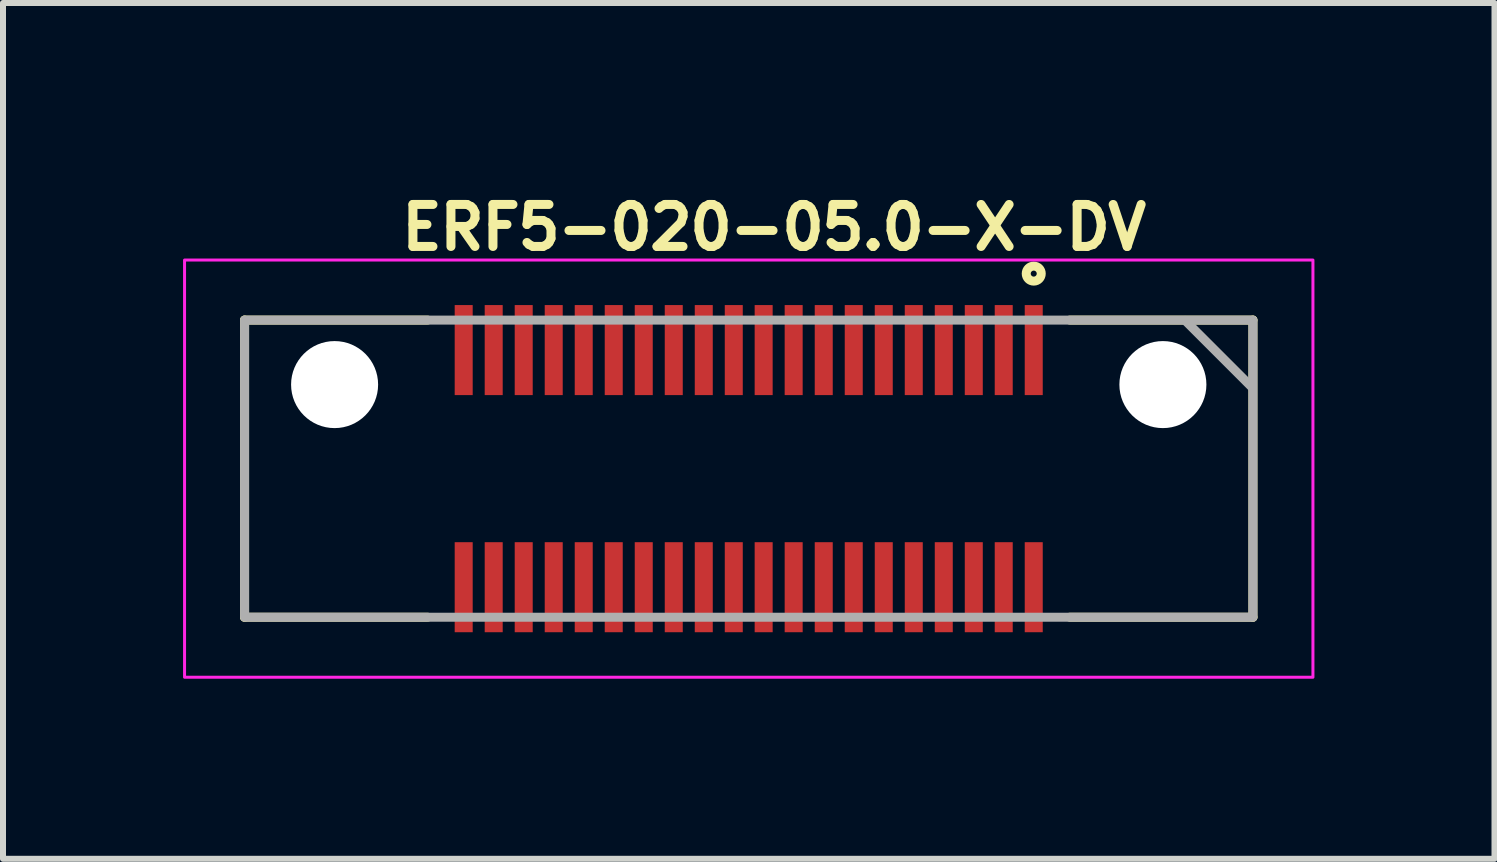
<source format=kicad_pcb>
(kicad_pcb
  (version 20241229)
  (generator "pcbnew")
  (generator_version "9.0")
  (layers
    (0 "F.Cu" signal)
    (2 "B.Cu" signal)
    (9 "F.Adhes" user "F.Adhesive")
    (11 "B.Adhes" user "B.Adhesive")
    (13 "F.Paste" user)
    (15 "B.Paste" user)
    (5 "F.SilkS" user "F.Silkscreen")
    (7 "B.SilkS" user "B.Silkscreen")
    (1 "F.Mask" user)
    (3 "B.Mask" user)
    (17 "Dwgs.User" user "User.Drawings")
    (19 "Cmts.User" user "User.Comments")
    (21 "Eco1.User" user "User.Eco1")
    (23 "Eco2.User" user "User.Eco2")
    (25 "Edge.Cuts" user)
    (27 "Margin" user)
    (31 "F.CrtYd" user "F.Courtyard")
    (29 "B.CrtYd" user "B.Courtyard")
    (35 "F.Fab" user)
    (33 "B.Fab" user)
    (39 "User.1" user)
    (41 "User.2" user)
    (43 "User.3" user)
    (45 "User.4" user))
  (footprint "ERF5-020-05.0-X-DV"
    (layer "F.Cu")
    (at 9.426 4.759)
    (property "Reference" "ERF5-020-05.0-X-DV" (at -5.861 -3.609 0) (layer "F.SilkS") (effects (font (size 0.7 0.7) (thickness 0.15)) (justify left bottom)))
    (attr smd)
    (fp_line (start -8.401 -2.476) (end -5.351 -2.476) (stroke (width 0.15) (type solid)) (layer "F.SilkS"))
    (fp_line (start -8.401 2.475) (end -8.401 -2.476) (stroke (width 0.15) (type solid)) (layer "F.SilkS"))
    (fp_line (start -5.351 2.475) (end -8.401 2.475) (stroke (width 0.15) (type solid)) (layer "F.SilkS"))
    (fp_line (start 5.349 -2.476) (end 8.4 -2.476) (stroke (width 0.15) (type solid)) (layer "F.SilkS"))
    (fp_line (start 8.4 -2.476) (end 8.4 2.475) (stroke (width 0.15) (type solid)) (layer "F.SilkS"))
    (fp_line (start 8.4 2.475) (end 5.349 2.475) (stroke (width 0.15) (type solid)) (layer "F.SilkS"))
    (fp_circle (center 4.748 -3.25) (end 4.798 -3.25) (stroke (width 0.15) (type solid)) (fill no) (layer "F.SilkS"))
    (fp_poly (pts (xy -4.877 -2.726) (xy -4.624 -2.726) (xy -4.624 -1.226) (xy -4.877 -1.226)) (stroke (width 0.01) (type solid)) (fill yes) (layer "F.Paste"))
    (fp_poly (pts (xy -4.877 1.225) (xy -4.624 1.225) (xy -4.624 2.725) (xy -4.877 2.725)) (stroke (width 0.01) (type solid)) (fill yes) (layer "F.Paste"))
    (fp_poly (pts (xy -4.377 -2.726) (xy -4.124 -2.726) (xy -4.124 -1.226) (xy -4.377 -1.226)) (stroke (width 0.01) (type solid)) (fill yes) (layer "F.Paste"))
    (fp_poly (pts (xy -4.377 1.225) (xy -4.124 1.225) (xy -4.124 2.725) (xy -4.377 2.725)) (stroke (width 0.01) (type solid)) (fill yes) (layer "F.Paste"))
    (fp_poly (pts (xy -3.878 -2.726) (xy -3.625 -2.726) (xy -3.625 -1.226) (xy -3.878 -1.226)) (stroke (width 0.01) (type solid)) (fill yes) (layer "F.Paste"))
    (fp_poly (pts (xy -3.878 1.225) (xy -3.625 1.225) (xy -3.625 2.725) (xy -3.878 2.725)) (stroke (width 0.01) (type solid)) (fill yes) (layer "F.Paste"))
    (fp_poly (pts (xy -3.378 -2.726) (xy -3.125 -2.726) (xy -3.125 -1.226) (xy -3.378 -1.226)) (stroke (width 0.01) (type solid)) (fill yes) (layer "F.Paste"))
    (fp_poly (pts (xy -3.378 1.225) (xy -3.125 1.225) (xy -3.125 2.725) (xy -3.378 2.725)) (stroke (width 0.01) (type solid)) (fill yes) (layer "F.Paste"))
    (fp_poly (pts (xy -2.878 -2.726) (xy -2.625 -2.726) (xy -2.625 -1.226) (xy -2.878 -1.226)) (stroke (width 0.01) (type solid)) (fill yes) (layer "F.Paste"))
    (fp_poly (pts (xy -2.878 1.225) (xy -2.625 1.225) (xy -2.625 2.725) (xy -2.878 2.725)) (stroke (width 0.01) (type solid)) (fill yes) (layer "F.Paste"))
    (fp_poly (pts (xy -2.378 -2.726) (xy -2.125 -2.726) (xy -2.125 -1.226) (xy -2.378 -1.226)) (stroke (width 0.01) (type solid)) (fill yes) (layer "F.Paste"))
    (fp_poly (pts (xy -2.378 1.225) (xy -2.125 1.225) (xy -2.125 2.725) (xy -2.378 2.725)) (stroke (width 0.01) (type solid)) (fill yes) (layer "F.Paste"))
    (fp_poly (pts (xy -1.877 -2.726) (xy -1.623 -2.726) (xy -1.623 -1.226) (xy -1.877 -1.226)) (stroke (width 0.01) (type solid)) (fill yes) (layer "F.Paste"))
    (fp_poly (pts (xy -1.877 1.225) (xy -1.623 1.225) (xy -1.623 2.725) (xy -1.877 2.725)) (stroke (width 0.01) (type solid)) (fill yes) (layer "F.Paste"))
    (fp_poly (pts (xy -1.377 -2.726) (xy -1.123 -2.726) (xy -1.123 -1.226) (xy -1.377 -1.226)) (stroke (width 0.01) (type solid)) (fill yes) (layer "F.Paste"))
    (fp_poly (pts (xy -1.377 1.225) (xy -1.123 1.225) (xy -1.123 2.725) (xy -1.377 2.725)) (stroke (width 0.01) (type solid)) (fill yes) (layer "F.Paste"))
    (fp_poly (pts (xy -0.877 -2.726) (xy -0.623 -2.726) (xy -0.623 -1.226) (xy -0.877 -1.226)) (stroke (width 0.01) (type solid)) (fill yes) (layer "F.Paste"))
    (fp_poly (pts (xy -0.877 1.225) (xy -0.623 1.225) (xy -0.623 2.725) (xy -0.877 2.725)) (stroke (width 0.01) (type solid)) (fill yes) (layer "F.Paste"))
    (fp_poly (pts (xy -0.377 -2.726) (xy -0.123 -2.726) (xy -0.123 -1.226) (xy -0.377 -1.226)) (stroke (width 0.01) (type solid)) (fill yes) (layer "F.Paste"))
    (fp_poly (pts (xy -0.377 1.225) (xy -0.123 1.225) (xy -0.123 2.725) (xy -0.377 2.725)) (stroke (width 0.01) (type solid)) (fill yes) (layer "F.Paste"))
    (fp_poly (pts (xy 0.121 -2.726) (xy 0.375 -2.726) (xy 0.375 -1.226) (xy 0.121 -1.226)) (stroke (width 0.01) (type solid)) (fill yes) (layer "F.Paste"))
    (fp_poly (pts (xy 0.121 1.225) (xy 0.375 1.225) (xy 0.375 2.725) (xy 0.121 2.725)) (stroke (width 0.01) (type solid)) (fill yes) (layer "F.Paste"))
    (fp_poly (pts (xy 0.621 -2.726) (xy 0.875 -2.726) (xy 0.875 -1.226) (xy 0.621 -1.226)) (stroke (width 0.01) (type solid)) (fill yes) (layer "F.Paste"))
    (fp_poly (pts (xy 0.621 1.225) (xy 0.875 1.225) (xy 0.875 2.725) (xy 0.621 2.725)) (stroke (width 0.01) (type solid)) (fill yes) (layer "F.Paste"))
    (fp_poly (pts (xy 1.122 -2.726) (xy 1.376 -2.726) (xy 1.376 -1.226) (xy 1.122 -1.226)) (stroke (width 0.01) (type solid)) (fill yes) (layer "F.Paste"))
    (fp_poly (pts (xy 1.122 1.225) (xy 1.376 1.225) (xy 1.376 2.725) (xy 1.122 2.725)) (stroke (width 0.01) (type solid)) (fill yes) (layer "F.Paste"))
    (fp_poly (pts (xy 1.622 -2.726) (xy 1.876 -2.726) (xy 1.876 -1.226) (xy 1.622 -1.226)) (stroke (width 0.01) (type solid)) (fill yes) (layer "F.Paste"))
    (fp_poly (pts (xy 1.622 1.225) (xy 1.876 1.225) (xy 1.876 2.725) (xy 1.622 2.725)) (stroke (width 0.01) (type solid)) (fill yes) (layer "F.Paste"))
    (fp_poly (pts (xy 2.123 -2.726) (xy 2.375 -2.726) (xy 2.375 -1.226) (xy 2.123 -1.226)) (stroke (width 0.01) (type solid)) (fill yes) (layer "F.Paste"))
    (fp_poly (pts (xy 2.123 1.225) (xy 2.375 1.225) (xy 2.375 2.725) (xy 2.123 2.725)) (stroke (width 0.01) (type solid)) (fill yes) (layer "F.Paste"))
    (fp_poly (pts (xy 2.623 -2.726) (xy 2.875 -2.726) (xy 2.875 -1.226) (xy 2.623 -1.226)) (stroke (width 0.01) (type solid)) (fill yes) (layer "F.Paste"))
    (fp_poly (pts (xy 2.623 1.225) (xy 2.875 1.225) (xy 2.875 2.725) (xy 2.623 2.725)) (stroke (width 0.01) (type solid)) (fill yes) (layer "F.Paste"))
    (fp_poly (pts (xy 3.123 -2.726) (xy 3.375 -2.726) (xy 3.375 -1.226) (xy 3.123 -1.226)) (stroke (width 0.01) (type solid)) (fill yes) (layer "F.Paste"))
    (fp_poly (pts (xy 3.123 1.225) (xy 3.375 1.225) (xy 3.375 2.725) (xy 3.123 2.725)) (stroke (width 0.01) (type solid)) (fill yes) (layer "F.Paste"))
    (fp_poly (pts (xy 3.623 -2.726) (xy 3.875 -2.726) (xy 3.875 -1.226) (xy 3.623 -1.226)) (stroke (width 0.01) (type solid)) (fill yes) (layer "F.Paste"))
    (fp_poly (pts (xy 3.623 1.225) (xy 3.875 1.225) (xy 3.875 2.725) (xy 3.623 2.725)) (stroke (width 0.01) (type solid)) (fill yes) (layer "F.Paste"))
    (fp_poly (pts (xy 4.123 -2.726) (xy 4.376 -2.726) (xy 4.376 -1.226) (xy 4.123 -1.226)) (stroke (width 0.01) (type solid)) (fill yes) (layer "F.Paste"))
    (fp_poly (pts (xy 4.123 1.225) (xy 4.376 1.225) (xy 4.376 2.725) (xy 4.123 2.725)) (stroke (width 0.01) (type solid)) (fill yes) (layer "F.Paste"))
    (fp_poly (pts (xy 4.623 -2.726) (xy 4.876 -2.726) (xy 4.876 -1.226) (xy 4.623 -1.226)) (stroke (width 0.01) (type solid)) (fill yes) (layer "F.Paste"))
    (fp_poly (pts (xy 4.623 1.225) (xy 4.876 1.225) (xy 4.876 2.725) (xy 4.623 2.725)) (stroke (width 0.01) (type solid)) (fill yes) (layer "F.Paste"))
    (fp_rect (start -9.401 -3.476) (end 9.4 3.475) (stroke (width 0.05) (type solid)) (fill no) (layer "F.CrtYd"))
    (fp_line (start 8.39 -1.35) (end 7.27 -2.47) (stroke (width 0.15) (type solid)) (layer "F.Fab"))
    (fp_rect (start -8.401 -2.476) (end 8.4 2.475) (stroke (width 0.15) (type solid)) (fill no) (layer "F.Fab"))
    (fp_rect (start -8.401 -2.476) (end 8.4 2.475) (stroke (width 0.1) (type solid)) (fill no) (layer "User.5"))
    (fp_line (start -8.401 -2.476) (end -8.401 -2.375) (stroke (width 0.02) (type solid)) (layer "User.9"))
    (fp_line (start -8.401 -2.375) (end -8.401 2.374) (stroke (width 0.02) (type solid)) (layer "User.9"))
    (fp_line (start -8.401 2.374) (end -8.401 2.475) (stroke (width 0.02) (type solid)) (layer "User.9"))
    (fp_line (start -8.401 2.374) (end 8.4 2.374) (stroke (width 0.02) (type solid)) (layer "User.9"))
    (fp_line (start -8.401 2.475) (end 8.4 2.475) (stroke (width 0.02) (type solid)) (layer "User.9"))
    (fp_line (start -7.561 -1.405) (end -7.561 1.404) (stroke (width 0.02) (type solid)) (layer "User.9"))
    (fp_line (start -7.561 0.2) (end -7.16 0.2) (stroke (width 0.02) (type solid)) (layer "User.9"))
    (fp_line (start -7.561 1.404) (end -4.827 1.404) (stroke (width 0.02) (type solid)) (layer "User.9"))
    (fp_line (start -7.16 -0.202) (end -7.561 -0.202) (stroke (width 0.02) (type solid)) (layer "User.9"))
    (fp_line (start -7.16 0.2) (end -7.16 -0.202) (stroke (width 0.02) (type solid)) (layer "User.9"))
    (fp_line (start -5.21 1.404) (end -5.21 -1.405) (stroke (width 0.02) (type solid)) (layer "User.9"))
    (fp_line (start -4.827 -2.169) (end -4.675 -2.169) (stroke (width 0.02) (type solid)) (layer "User.9"))
    (fp_line (start -4.827 -1.905) (end -4.675 -1.905) (stroke (width 0.02) (type solid)) (layer "User.9"))
    (fp_line (start -4.827 -1.692) (end -4.675 -1.692) (stroke (width 0.02) (type solid)) (layer "User.9"))
    (fp_line (start -4.827 -1.605) (end -4.675 -1.605) (stroke (width 0.02) (type solid)) (layer "User.9"))
    (fp_line (start -4.827 -1.405) (end -7.561 -1.405) (stroke (width 0.02) (type solid)) (layer "User.9"))
    (fp_line (start -4.827 -1.405) (end -4.827 -2.169) (stroke (width 0.02) (type solid)) (layer "User.9"))
    (fp_line (start -4.827 -0.946) (end -4.827 -1.405) (stroke (width 0.02) (type solid)) (layer "User.9"))
    (fp_line (start -4.827 -0.946) (end -4.675 -0.946) (stroke (width 0.02) (type solid)) (layer "User.9"))
    (fp_line (start -4.827 0.944) (end -4.675 0.944) (stroke (width 0.02) (type solid)) (layer "User.9"))
    (fp_line (start -4.827 1.404) (end -4.827 0.944) (stroke (width 0.02) (type solid)) (layer "User.9"))
    (fp_line (start -4.827 1.604) (end -4.675 1.604) (stroke (width 0.02) (type solid)) (layer "User.9"))
    (fp_line (start -4.827 1.691) (end -4.675 1.691) (stroke (width 0.02) (type solid)) (layer "User.9"))
    (fp_line (start -4.827 1.904) (end -4.675 1.904) (stroke (width 0.02) (type solid)) (layer "User.9"))
    (fp_line (start -4.827 2.167) (end -4.827 1.404) (stroke (width 0.02) (type solid)) (layer "User.9"))
    (fp_line (start -4.827 2.167) (end -4.675 2.167) (stroke (width 0.02) (type solid)) (layer "User.9"))
    (fp_line (start -4.675 -1.405) (end -4.675 -2.169) (stroke (width 0.02) (type solid)) (layer "User.9"))
    (fp_line (start -4.675 -1.405) (end -4.675 -0.946) (stroke (width 0.02) (type solid)) (layer "User.9"))
    (fp_line (start -4.675 1.404) (end -4.675 0.944) (stroke (width 0.02) (type solid)) (layer "User.9"))
    (fp_line (start -4.675 1.404) (end -4.327 1.404) (stroke (width 0.02) (type solid)) (layer "User.9"))
    (fp_line (start -4.675 2.167) (end -4.675 1.404) (stroke (width 0.02) (type solid)) (layer "User.9"))
    (fp_line (start -4.327 -2.169) (end -4.175 -2.169) (stroke (width 0.02) (type solid)) (layer "User.9"))
    (fp_line (start -4.327 -1.905) (end -4.175 -1.905) (stroke (width 0.02) (type solid)) (layer "User.9"))
    (fp_line (start -4.327 -1.692) (end -4.175 -1.692) (stroke (width 0.02) (type solid)) (layer "User.9"))
    (fp_line (start -4.327 -1.605) (end -4.175 -1.605) (stroke (width 0.02) (type solid)) (layer "User.9"))
    (fp_line (start -4.327 -1.405) (end -4.675 -1.405) (stroke (width 0.02) (type solid)) (layer "User.9"))
    (fp_line (start -4.327 -1.405) (end -4.327 -2.169) (stroke (width 0.02) (type solid)) (layer "User.9"))
    (fp_line (start -4.327 -0.946) (end -4.327 -1.405) (stroke (width 0.02) (type solid)) (layer "User.9"))
    (fp_line (start -4.327 -0.946) (end -4.175 -0.946) (stroke (width 0.02) (type solid)) (layer "User.9"))
    (fp_line (start -4.327 0.944) (end -4.327 1.404) (stroke (width 0.02) (type solid)) (layer "User.9"))
    (fp_line (start -4.327 0.944) (end -4.175 0.944) (stroke (width 0.02) (type solid)) (layer "User.9"))
    (fp_line (start -4.327 1.604) (end -4.175 1.604) (stroke (width 0.02) (type solid)) (layer "User.9"))
    (fp_line (start -4.327 1.691) (end -4.175 1.691) (stroke (width 0.02) (type solid)) (layer "User.9"))
    (fp_line (start -4.327 1.904) (end -4.175 1.904) (stroke (width 0.02) (type solid)) (layer "User.9"))
    (fp_line (start -4.327 2.167) (end -4.327 1.404) (stroke (width 0.02) (type solid)) (layer "User.9"))
    (fp_line (start -4.327 2.167) (end -4.175 2.167) (stroke (width 0.02) (type solid)) (layer "User.9"))
    (fp_line (start -4.175 -1.405) (end -4.175 -2.169) (stroke (width 0.02) (type solid)) (layer "User.9"))
    (fp_line (start -4.175 -1.405) (end -4.175 -0.946) (stroke (width 0.02) (type solid)) (layer "User.9"))
    (fp_line (start -4.175 1.404) (end -4.175 0.944) (stroke (width 0.02) (type solid)) (layer "User.9"))
    (fp_line (start -4.175 1.404) (end -3.826 1.404) (stroke (width 0.02) (type solid)) (layer "User.9"))
    (fp_line (start -4.175 2.167) (end -4.175 1.404) (stroke (width 0.02) (type solid)) (layer "User.9"))
    (fp_line (start -3.826 -2.169) (end -3.676 -2.169) (stroke (width 0.02) (type solid)) (layer "User.9"))
    (fp_line (start -3.826 -1.905) (end -3.676 -1.905) (stroke (width 0.02) (type solid)) (layer "User.9"))
    (fp_line (start -3.826 -1.692) (end -3.676 -1.692) (stroke (width 0.02) (type solid)) (layer "User.9"))
    (fp_line (start -3.826 -1.605) (end -3.676 -1.605) (stroke (width 0.02) (type solid)) (layer "User.9"))
    (fp_line (start -3.826 -1.405) (end -4.175 -1.405) (stroke (width 0.02) (type solid)) (layer "User.9"))
    (fp_line (start -3.826 -1.405) (end -3.826 -2.169) (stroke (width 0.02) (type solid)) (layer "User.9"))
    (fp_line (start -3.826 -0.946) (end -3.826 -1.405) (stroke (width 0.02) (type solid)) (layer "User.9"))
    (fp_line (start -3.826 -0.946) (end -3.676 -0.946) (stroke (width 0.02) (type solid)) (layer "User.9"))
    (fp_line (start -3.826 0.944) (end -3.826 1.404) (stroke (width 0.02) (type solid)) (layer "User.9"))
    (fp_line (start -3.826 0.944) (end -3.676 0.944) (stroke (width 0.02) (type solid)) (layer "User.9"))
    (fp_line (start -3.826 1.604) (end -3.676 1.604) (stroke (width 0.02) (type solid)) (layer "User.9"))
    (fp_line (start -3.826 1.691) (end -3.676 1.691) (stroke (width 0.02) (type solid)) (layer "User.9"))
    (fp_line (start -3.826 1.904) (end -3.676 1.904) (stroke (width 0.02) (type solid)) (layer "User.9"))
    (fp_line (start -3.826 2.167) (end -3.826 1.404) (stroke (width 0.02) (type solid)) (layer "User.9"))
    (fp_line (start -3.826 2.167) (end -3.676 2.167) (stroke (width 0.02) (type solid)) (layer "User.9"))
    (fp_line (start -3.676 -1.405) (end -3.676 -2.169) (stroke (width 0.02) (type solid)) (layer "User.9"))
    (fp_line (start -3.676 -1.405) (end -3.676 -0.946) (stroke (width 0.02) (type solid)) (layer "User.9"))
    (fp_line (start -3.676 1.404) (end -3.676 0.944) (stroke (width 0.02) (type solid)) (layer "User.9"))
    (fp_line (start -3.676 1.404) (end -3.326 1.404) (stroke (width 0.02) (type solid)) (layer "User.9"))
    (fp_line (start -3.676 2.167) (end -3.676 1.404) (stroke (width 0.02) (type solid)) (layer "User.9"))
    (fp_line (start -3.326 -2.169) (end -3.176 -2.169) (stroke (width 0.02) (type solid)) (layer "User.9"))
    (fp_line (start -3.326 -1.905) (end -3.176 -1.905) (stroke (width 0.02) (type solid)) (layer "User.9"))
    (fp_line (start -3.326 -1.692) (end -3.176 -1.692) (stroke (width 0.02) (type solid)) (layer "User.9"))
    (fp_line (start -3.326 -1.605) (end -3.176 -1.605) (stroke (width 0.02) (type solid)) (layer "User.9"))
    (fp_line (start -3.326 -1.405) (end -3.676 -1.405) (stroke (width 0.02) (type solid)) (layer "User.9"))
    (fp_line (start -3.326 -1.405) (end -3.326 -2.169) (stroke (width 0.02) (type solid)) (layer "User.9"))
    (fp_line (start -3.326 -0.946) (end -3.326 -1.405) (stroke (width 0.02) (type solid)) (layer "User.9"))
    (fp_line (start -3.326 -0.946) (end -3.176 -0.946) (stroke (width 0.02) (type solid)) (layer "User.9"))
    (fp_line (start -3.326 0.944) (end -3.326 1.404) (stroke (width 0.02) (type solid)) (layer "User.9"))
    (fp_line (start -3.326 0.944) (end -3.176 0.944) (stroke (width 0.02) (type solid)) (layer "User.9"))
    (fp_line (start -3.326 1.604) (end -3.176 1.604) (stroke (width 0.02) (type solid)) (layer "User.9"))
    (fp_line (start -3.326 1.691) (end -3.176 1.691) (stroke (width 0.02) (type solid)) (layer "User.9"))
    (fp_line (start -3.326 1.904) (end -3.176 1.904) (stroke (width 0.02) (type solid)) (layer "User.9"))
    (fp_line (start -3.326 2.167) (end -3.326 1.404) (stroke (width 0.02) (type solid)) (layer "User.9"))
    (fp_line (start -3.326 2.167) (end -3.176 2.167) (stroke (width 0.02) (type solid)) (layer "User.9"))
    (fp_line (start -3.176 -1.405) (end -3.176 -2.169) (stroke (width 0.02) (type solid)) (layer "User.9"))
    (fp_line (start -3.176 -1.405) (end -3.176 -0.946) (stroke (width 0.02) (type solid)) (layer "User.9"))
    (fp_line (start -3.176 1.404) (end -3.176 0.944) (stroke (width 0.02) (type solid)) (layer "User.9"))
    (fp_line (start -3.176 1.404) (end -2.827 1.404) (stroke (width 0.02) (type solid)) (layer "User.9"))
    (fp_line (start -3.176 2.167) (end -3.176 1.404) (stroke (width 0.02) (type solid)) (layer "User.9"))
    (fp_line (start -2.827 -2.169) (end -2.676 -2.169) (stroke (width 0.02) (type solid)) (layer "User.9"))
    (fp_line (start -2.827 -1.905) (end -2.676 -1.905) (stroke (width 0.02) (type solid)) (layer "User.9"))
    (fp_line (start -2.827 -1.692) (end -2.676 -1.692) (stroke (width 0.02) (type solid)) (layer "User.9"))
    (fp_line (start -2.827 -1.605) (end -2.676 -1.605) (stroke (width 0.02) (type solid)) (layer "User.9"))
    (fp_line (start -2.827 -1.405) (end -3.176 -1.405) (stroke (width 0.02) (type solid)) (layer "User.9"))
    (fp_line (start -2.827 -1.405) (end -2.827 -2.169) (stroke (width 0.02) (type solid)) (layer "User.9"))
    (fp_line (start -2.827 -0.946) (end -2.827 -1.405) (stroke (width 0.02) (type solid)) (layer "User.9"))
    (fp_line (start -2.827 -0.946) (end -2.676 -0.946) (stroke (width 0.02) (type solid)) (layer "User.9"))
    (fp_line (start -2.827 0.944) (end -2.827 1.404) (stroke (width 0.02) (type solid)) (layer "User.9"))
    (fp_line (start -2.827 0.944) (end -2.676 0.944) (stroke (width 0.02) (type solid)) (layer "User.9"))
    (fp_line (start -2.827 1.604) (end -2.676 1.604) (stroke (width 0.02) (type solid)) (layer "User.9"))
    (fp_line (start -2.827 1.691) (end -2.676 1.691) (stroke (width 0.02) (type solid)) (layer "User.9"))
    (fp_line (start -2.827 1.904) (end -2.676 1.904) (stroke (width 0.02) (type solid)) (layer "User.9"))
    (fp_line (start -2.827 2.167) (end -2.827 1.404) (stroke (width 0.02) (type solid)) (layer "User.9"))
    (fp_line (start -2.827 2.167) (end -2.676 2.167) (stroke (width 0.02) (type solid)) (layer "User.9"))
    (fp_line (start -2.676 -1.405) (end -2.676 -2.169) (stroke (width 0.02) (type solid)) (layer "User.9"))
    (fp_line (start -2.676 -1.405) (end -2.676 -0.946) (stroke (width 0.02) (type solid)) (layer "User.9"))
    (fp_line (start -2.676 1.404) (end -2.676 0.944) (stroke (width 0.02) (type solid)) (layer "User.9"))
    (fp_line (start -2.676 1.404) (end -2.327 1.404) (stroke (width 0.02) (type solid)) (layer "User.9"))
    (fp_line (start -2.676 2.167) (end -2.676 1.404) (stroke (width 0.02) (type solid)) (layer "User.9"))
    (fp_line (start -2.327 -2.169) (end -2.176 -2.169) (stroke (width 0.02) (type solid)) (layer "User.9"))
    (fp_line (start -2.327 -1.905) (end -2.176 -1.905) (stroke (width 0.02) (type solid)) (layer "User.9"))
    (fp_line (start -2.327 -1.692) (end -2.176 -1.692) (stroke (width 0.02) (type solid)) (layer "User.9"))
    (fp_line (start -2.327 -1.605) (end -2.176 -1.605) (stroke (width 0.02) (type solid)) (layer "User.9"))
    (fp_line (start -2.327 -1.405) (end -2.676 -1.405) (stroke (width 0.02) (type solid)) (layer "User.9"))
    (fp_line (start -2.327 -1.405) (end -2.327 -2.169) (stroke (width 0.02) (type solid)) (layer "User.9"))
    (fp_line (start -2.327 -0.946) (end -2.327 -1.405) (stroke (width 0.02) (type solid)) (layer "User.9"))
    (fp_line (start -2.327 -0.946) (end -2.176 -0.946) (stroke (width 0.02) (type solid)) (layer "User.9"))
    (fp_line (start -2.327 0.944) (end -2.327 1.404) (stroke (width 0.02) (type solid)) (layer "User.9"))
    (fp_line (start -2.327 0.944) (end -2.176 0.944) (stroke (width 0.02) (type solid)) (layer "User.9"))
    (fp_line (start -2.327 1.604) (end -2.176 1.604) (stroke (width 0.02) (type solid)) (layer "User.9"))
    (fp_line (start -2.327 1.691) (end -2.176 1.691) (stroke (width 0.02) (type solid)) (layer "User.9"))
    (fp_line (start -2.327 1.904) (end -2.176 1.904) (stroke (width 0.02) (type solid)) (layer "User.9"))
    (fp_line (start -2.327 2.167) (end -2.327 1.404) (stroke (width 0.02) (type solid)) (layer "User.9"))
    (fp_line (start -2.327 2.167) (end -2.176 2.167) (stroke (width 0.02) (type solid)) (layer "User.9"))
    (fp_line (start -2.176 -1.405) (end -2.176 -2.169) (stroke (width 0.02) (type solid)) (layer "User.9"))
    (fp_line (start -2.176 -1.405) (end -2.176 -0.946) (stroke (width 0.02) (type solid)) (layer "User.9"))
    (fp_line (start -2.176 1.404) (end -2.176 0.944) (stroke (width 0.02) (type solid)) (layer "User.9"))
    (fp_line (start -2.176 1.404) (end -1.825 1.404) (stroke (width 0.02) (type solid)) (layer "User.9"))
    (fp_line (start -2.176 2.167) (end -2.176 1.404) (stroke (width 0.02) (type solid)) (layer "User.9"))
    (fp_line (start -1.825 -2.169) (end -1.676 -2.169) (stroke (width 0.02) (type solid)) (layer "User.9"))
    (fp_line (start -1.825 -1.905) (end -1.676 -1.905) (stroke (width 0.02) (type solid)) (layer "User.9"))
    (fp_line (start -1.825 -1.692) (end -1.676 -1.692) (stroke (width 0.02) (type solid)) (layer "User.9"))
    (fp_line (start -1.825 -1.605) (end -1.676 -1.605) (stroke (width 0.02) (type solid)) (layer "User.9"))
    (fp_line (start -1.825 -1.405) (end -2.176 -1.405) (stroke (width 0.02) (type solid)) (layer "User.9"))
    (fp_line (start -1.825 -1.405) (end -1.825 -2.169) (stroke (width 0.02) (type solid)) (layer "User.9"))
    (fp_line (start -1.825 -0.946) (end -1.825 -1.405) (stroke (width 0.02) (type solid)) (layer "User.9"))
    (fp_line (start -1.825 -0.946) (end -1.676 -0.946) (stroke (width 0.02) (type solid)) (layer "User.9"))
    (fp_line (start -1.825 0.944) (end -1.825 1.404) (stroke (width 0.02) (type solid)) (layer "User.9"))
    (fp_line (start -1.825 0.944) (end -1.676 0.944) (stroke (width 0.02) (type solid)) (layer "User.9"))
    (fp_line (start -1.825 1.604) (end -1.676 1.604) (stroke (width 0.02) (type solid)) (layer "User.9"))
    (fp_line (start -1.825 1.691) (end -1.676 1.691) (stroke (width 0.02) (type solid)) (layer "User.9"))
    (fp_line (start -1.825 1.904) (end -1.676 1.904) (stroke (width 0.02) (type solid)) (layer "User.9"))
    (fp_line (start -1.825 2.167) (end -1.825 1.404) (stroke (width 0.02) (type solid)) (layer "User.9"))
    (fp_line (start -1.825 2.167) (end -1.676 2.167) (stroke (width 0.02) (type solid)) (layer "User.9"))
    (fp_line (start -1.676 -1.405) (end -1.676 -2.169) (stroke (width 0.02) (type solid)) (layer "User.9"))
    (fp_line (start -1.676 -1.405) (end -1.676 -0.946) (stroke (width 0.02) (type solid)) (layer "User.9"))
    (fp_line (start -1.676 1.404) (end -1.676 0.944) (stroke (width 0.02) (type solid)) (layer "User.9"))
    (fp_line (start -1.676 1.404) (end -1.325 1.404) (stroke (width 0.02) (type solid)) (layer "User.9"))
    (fp_line (start -1.676 2.167) (end -1.676 1.404) (stroke (width 0.02) (type solid)) (layer "User.9"))
    (fp_line (start -1.325 -2.169) (end -1.176 -2.169) (stroke (width 0.02) (type solid)) (layer "User.9"))
    (fp_line (start -1.325 -1.905) (end -1.176 -1.905) (stroke (width 0.02) (type solid)) (layer "User.9"))
    (fp_line (start -1.325 -1.692) (end -1.176 -1.692) (stroke (width 0.02) (type solid)) (layer "User.9"))
    (fp_line (start -1.325 -1.605) (end -1.176 -1.605) (stroke (width 0.02) (type solid)) (layer "User.9"))
    (fp_line (start -1.325 -1.405) (end -1.676 -1.405) (stroke (width 0.02) (type solid)) (layer "User.9"))
    (fp_line (start -1.325 -1.405) (end -1.325 -2.169) (stroke (width 0.02) (type solid)) (layer "User.9"))
    (fp_line (start -1.325 -0.946) (end -1.325 -1.405) (stroke (width 0.02) (type solid)) (layer "User.9"))
    (fp_line (start -1.325 -0.946) (end -1.176 -0.946) (stroke (width 0.02) (type solid)) (layer "User.9"))
    (fp_line (start -1.325 0.944) (end -1.325 1.404) (stroke (width 0.02) (type solid)) (layer "User.9"))
    (fp_line (start -1.325 0.944) (end -1.176 0.944) (stroke (width 0.02) (type solid)) (layer "User.9"))
    (fp_line (start -1.325 1.604) (end -1.176 1.604) (stroke (width 0.02) (type solid)) (layer "User.9"))
    (fp_line (start -1.325 1.691) (end -1.176 1.691) (stroke (width 0.02) (type solid)) (layer "User.9"))
    (fp_line (start -1.325 1.904) (end -1.176 1.904) (stroke (width 0.02) (type solid)) (layer "User.9"))
    (fp_line (start -1.325 2.167) (end -1.325 1.404) (stroke (width 0.02) (type solid)) (layer "User.9"))
    (fp_line (start -1.325 2.167) (end -1.176 2.167) (stroke (width 0.02) (type solid)) (layer "User.9"))
    (fp_line (start -1.176 -1.405) (end -1.176 -2.169) (stroke (width 0.02) (type solid)) (layer "User.9"))
    (fp_line (start -1.176 -1.405) (end -1.176 -0.946) (stroke (width 0.02) (type solid)) (layer "User.9"))
    (fp_line (start -1.176 1.404) (end -1.176 0.944) (stroke (width 0.02) (type solid)) (layer "User.9"))
    (fp_line (start -1.176 1.404) (end -0.826 1.404) (stroke (width 0.02) (type solid)) (layer "User.9"))
    (fp_line (start -1.176 2.167) (end -1.176 1.404) (stroke (width 0.02) (type solid)) (layer "User.9"))
    (fp_line (start -0.826 -2.169) (end -0.677 -2.169) (stroke (width 0.02) (type solid)) (layer "User.9"))
    (fp_line (start -0.826 -1.905) (end -0.677 -1.905) (stroke (width 0.02) (type solid)) (layer "User.9"))
    (fp_line (start -0.826 -1.692) (end -0.677 -1.692) (stroke (width 0.02) (type solid)) (layer "User.9"))
    (fp_line (start -0.826 -1.605) (end -0.677 -1.605) (stroke (width 0.02) (type solid)) (layer "User.9"))
    (fp_line (start -0.826 -1.405) (end -1.176 -1.405) (stroke (width 0.02) (type solid)) (layer "User.9"))
    (fp_line (start -0.826 -1.405) (end -0.826 -2.169) (stroke (width 0.02) (type solid)) (layer "User.9"))
    (fp_line (start -0.826 -0.946) (end -0.826 -1.405) (stroke (width 0.02) (type solid)) (layer "User.9"))
    (fp_line (start -0.826 -0.946) (end -0.677 -0.946) (stroke (width 0.02) (type solid)) (layer "User.9"))
    (fp_line (start -0.826 0.944) (end -0.826 1.404) (stroke (width 0.02) (type solid)) (layer "User.9"))
    (fp_line (start -0.826 0.944) (end -0.677 0.944) (stroke (width 0.02) (type solid)) (layer "User.9"))
    (fp_line (start -0.826 1.604) (end -0.677 1.604) (stroke (width 0.02) (type solid)) (layer "User.9"))
    (fp_line (start -0.826 1.691) (end -0.677 1.691) (stroke (width 0.02) (type solid)) (layer "User.9"))
    (fp_line (start -0.826 1.904) (end -0.677 1.904) (stroke (width 0.02) (type solid)) (layer "User.9"))
    (fp_line (start -0.826 2.167) (end -0.826 1.404) (stroke (width 0.02) (type solid)) (layer "User.9"))
    (fp_line (start -0.826 2.167) (end -0.677 2.167) (stroke (width 0.02) (type solid)) (layer "User.9"))
    (fp_line (start -0.677 -1.405) (end -0.677 -2.169) (stroke (width 0.02) (type solid)) (layer "User.9"))
    (fp_line (start -0.677 -1.405) (end -0.677 -0.946) (stroke (width 0.02) (type solid)) (layer "User.9"))
    (fp_line (start -0.677 1.404) (end -0.677 0.944) (stroke (width 0.02) (type solid)) (layer "User.9"))
    (fp_line (start -0.677 1.404) (end -0.327 1.404) (stroke (width 0.02) (type solid)) (layer "User.9"))
    (fp_line (start -0.677 2.167) (end -0.677 1.404) (stroke (width 0.02) (type solid)) (layer "User.9"))
    (fp_line (start -0.327 -2.169) (end -0.176 -2.169) (stroke (width 0.02) (type solid)) (layer "User.9"))
    (fp_line (start -0.327 -1.905) (end -0.176 -1.905) (stroke (width 0.02) (type solid)) (layer "User.9"))
    (fp_line (start -0.327 -1.692) (end -0.176 -1.692) (stroke (width 0.02) (type solid)) (layer "User.9"))
    (fp_line (start -0.327 -1.605) (end -0.176 -1.605) (stroke (width 0.02) (type solid)) (layer "User.9"))
    (fp_line (start -0.327 -1.405) (end -0.677 -1.405) (stroke (width 0.02) (type solid)) (layer "User.9"))
    (fp_line (start -0.327 -1.405) (end -0.327 -2.169) (stroke (width 0.02) (type solid)) (layer "User.9"))
    (fp_line (start -0.327 -0.946) (end -0.327 -1.405) (stroke (width 0.02) (type solid)) (layer "User.9"))
    (fp_line (start -0.327 -0.946) (end -0.176 -0.946) (stroke (width 0.02) (type solid)) (layer "User.9"))
    (fp_line (start -0.327 0.944) (end -0.327 1.404) (stroke (width 0.02) (type solid)) (layer "User.9"))
    (fp_line (start -0.327 0.944) (end -0.176 0.944) (stroke (width 0.02) (type solid)) (layer "User.9"))
    (fp_line (start -0.327 1.604) (end -0.176 1.604) (stroke (width 0.02) (type solid)) (layer "User.9"))
    (fp_line (start -0.327 1.691) (end -0.176 1.691) (stroke (width 0.02) (type solid)) (layer "User.9"))
    (fp_line (start -0.327 1.904) (end -0.176 1.904) (stroke (width 0.02) (type solid)) (layer "User.9"))
    (fp_line (start -0.327 2.167) (end -0.327 1.404) (stroke (width 0.02) (type solid)) (layer "User.9"))
    (fp_line (start -0.327 2.167) (end -0.176 2.167) (stroke (width 0.02) (type solid)) (layer "User.9"))
    (fp_line (start -0.176 -1.405) (end -0.176 -2.169) (stroke (width 0.02) (type solid)) (layer "User.9"))
    (fp_line (start -0.176 -1.405) (end -0.176 -0.946) (stroke (width 0.02) (type solid)) (layer "User.9"))
    (fp_line (start -0.176 1.404) (end -0.176 0.944) (stroke (width 0.02) (type solid)) (layer "User.9"))
    (fp_line (start -0.176 1.404) (end 0.174 1.404) (stroke (width 0.02) (type solid)) (layer "User.9"))
    (fp_line (start -0.176 2.167) (end -0.176 1.404) (stroke (width 0.02) (type solid)) (layer "User.9"))
    (fp_line (start 0.174 -2.169) (end 0.325 -2.169) (stroke (width 0.02) (type solid)) (layer "User.9"))
    (fp_line (start 0.174 -1.905) (end 0.325 -1.905) (stroke (width 0.02) (type solid)) (layer "User.9"))
    (fp_line (start 0.174 -1.692) (end 0.325 -1.692) (stroke (width 0.02) (type solid)) (layer "User.9"))
    (fp_line (start 0.174 -1.605) (end 0.325 -1.605) (stroke (width 0.02) (type solid)) (layer "User.9"))
    (fp_line (start 0.174 -1.405) (end -0.176 -1.405) (stroke (width 0.02) (type solid)) (layer "User.9"))
    (fp_line (start 0.174 -1.405) (end 0.174 -2.169) (stroke (width 0.02) (type solid)) (layer "User.9"))
    (fp_line (start 0.174 -0.946) (end 0.174 -1.405) (stroke (width 0.02) (type solid)) (layer "User.9"))
    (fp_line (start 0.174 -0.946) (end 0.325 -0.946) (stroke (width 0.02) (type solid)) (layer "User.9"))
    (fp_line (start 0.174 0.944) (end 0.174 1.404) (stroke (width 0.02) (type solid)) (layer "User.9"))
    (fp_line (start 0.174 0.944) (end 0.325 0.944) (stroke (width 0.02) (type solid)) (layer "User.9"))
    (fp_line (start 0.174 1.604) (end 0.325 1.604) (stroke (width 0.02) (type solid)) (layer "User.9"))
    (fp_line (start 0.174 1.691) (end 0.325 1.691) (stroke (width 0.02) (type solid)) (layer "User.9"))
    (fp_line (start 0.174 1.904) (end 0.325 1.904) (stroke (width 0.02) (type solid)) (layer "User.9"))
    (fp_line (start 0.174 2.167) (end 0.174 1.404) (stroke (width 0.02) (type solid)) (layer "User.9"))
    (fp_line (start 0.174 2.167) (end 0.325 2.167) (stroke (width 0.02) (type solid)) (layer "User.9"))
    (fp_line (start 0.325 -1.405) (end 0.325 -2.169) (stroke (width 0.02) (type solid)) (layer "User.9"))
    (fp_line (start 0.325 -1.405) (end 0.325 -0.946) (stroke (width 0.02) (type solid)) (layer "User.9"))
    (fp_line (start 0.325 1.404) (end 0.325 0.944) (stroke (width 0.02) (type solid)) (layer "User.9"))
    (fp_line (start 0.325 1.404) (end 0.675 1.404) (stroke (width 0.02) (type solid)) (layer "User.9"))
    (fp_line (start 0.325 2.167) (end 0.325 1.404) (stroke (width 0.02) (type solid)) (layer "User.9"))
    (fp_line (start 0.675 -2.169) (end 0.824 -2.169) (stroke (width 0.02) (type solid)) (layer "User.9"))
    (fp_line (start 0.675 -1.905) (end 0.824 -1.905) (stroke (width 0.02) (type solid)) (layer "User.9"))
    (fp_line (start 0.675 -1.692) (end 0.824 -1.692) (stroke (width 0.02) (type solid)) (layer "User.9"))
    (fp_line (start 0.675 -1.605) (end 0.824 -1.605) (stroke (width 0.02) (type solid)) (layer "User.9"))
    (fp_line (start 0.675 -1.405) (end 0.325 -1.405) (stroke (width 0.02) (type solid)) (layer "User.9"))
    (fp_line (start 0.675 -1.405) (end 0.675 -2.169) (stroke (width 0.02) (type solid)) (layer "User.9"))
    (fp_line (start 0.675 -0.946) (end 0.675 -1.405) (stroke (width 0.02) (type solid)) (layer "User.9"))
    (fp_line (start 0.675 -0.946) (end 0.824 -0.946) (stroke (width 0.02) (type solid)) (layer "User.9"))
    (fp_line (start 0.675 0.944) (end 0.675 1.404) (stroke (width 0.02) (type solid)) (layer "User.9"))
    (fp_line (start 0.675 0.944) (end 0.824 0.944) (stroke (width 0.02) (type solid)) (layer "User.9"))
    (fp_line (start 0.675 1.604) (end 0.824 1.604) (stroke (width 0.02) (type solid)) (layer "User.9"))
    (fp_line (start 0.675 1.691) (end 0.824 1.691) (stroke (width 0.02) (type solid)) (layer "User.9"))
    (fp_line (start 0.675 1.904) (end 0.824 1.904) (stroke (width 0.02) (type solid)) (layer "User.9"))
    (fp_line (start 0.675 2.167) (end 0.675 1.404) (stroke (width 0.02) (type solid)) (layer "User.9"))
    (fp_line (start 0.675 2.167) (end 0.824 2.167) (stroke (width 0.02) (type solid)) (layer "User.9"))
    (fp_line (start 0.824 -1.405) (end 0.824 -2.169) (stroke (width 0.02) (type solid)) (layer "User.9"))
    (fp_line (start 0.824 -1.405) (end 0.824 -0.946) (stroke (width 0.02) (type solid)) (layer "User.9"))
    (fp_line (start 0.824 1.404) (end 0.824 0.944) (stroke (width 0.02) (type solid)) (layer "User.9"))
    (fp_line (start 0.824 1.404) (end 1.175 1.404) (stroke (width 0.02) (type solid)) (layer "User.9"))
    (fp_line (start 0.824 2.167) (end 0.824 1.404) (stroke (width 0.02) (type solid)) (layer "User.9"))
    (fp_line (start 1.175 -2.169) (end 1.324 -2.169) (stroke (width 0.02) (type solid)) (layer "User.9"))
    (fp_line (start 1.175 -1.905) (end 1.324 -1.905) (stroke (width 0.02) (type solid)) (layer "User.9"))
    (fp_line (start 1.175 -1.692) (end 1.324 -1.692) (stroke (width 0.02) (type solid)) (layer "User.9"))
    (fp_line (start 1.175 -1.605) (end 1.324 -1.605) (stroke (width 0.02) (type solid)) (layer "User.9"))
    (fp_line (start 1.175 -1.405) (end 0.824 -1.405) (stroke (width 0.02) (type solid)) (layer "User.9"))
    (fp_line (start 1.175 -1.405) (end 1.175 -2.169) (stroke (width 0.02) (type solid)) (layer "User.9"))
    (fp_line (start 1.175 -0.946) (end 1.175 -1.405) (stroke (width 0.02) (type solid)) (layer "User.9"))
    (fp_line (start 1.175 -0.946) (end 1.324 -0.946) (stroke (width 0.02) (type solid)) (layer "User.9"))
    (fp_line (start 1.175 0.944) (end 1.175 1.404) (stroke (width 0.02) (type solid)) (layer "User.9"))
    (fp_line (start 1.175 0.944) (end 1.324 0.944) (stroke (width 0.02) (type solid)) (layer "User.9"))
    (fp_line (start 1.175 1.604) (end 1.324 1.604) (stroke (width 0.02) (type solid)) (layer "User.9"))
    (fp_line (start 1.175 1.691) (end 1.324 1.691) (stroke (width 0.02) (type solid)) (layer "User.9"))
    (fp_line (start 1.175 1.904) (end 1.324 1.904) (stroke (width 0.02) (type solid)) (layer "User.9"))
    (fp_line (start 1.175 2.167) (end 1.175 1.404) (stroke (width 0.02) (type solid)) (layer "User.9"))
    (fp_line (start 1.175 2.167) (end 1.324 2.167) (stroke (width 0.02) (type solid)) (layer "User.9"))
    (fp_line (start 1.324 -1.405) (end 1.324 -2.169) (stroke (width 0.02) (type solid)) (layer "User.9"))
    (fp_line (start 1.324 -1.405) (end 1.324 -0.946) (stroke (width 0.02) (type solid)) (layer "User.9"))
    (fp_line (start 1.324 1.404) (end 1.324 0.944) (stroke (width 0.02) (type solid)) (layer "User.9"))
    (fp_line (start 1.324 1.404) (end 1.675 1.404) (stroke (width 0.02) (type solid)) (layer "User.9"))
    (fp_line (start 1.324 2.167) (end 1.324 1.404) (stroke (width 0.02) (type solid)) (layer "User.9"))
    (fp_line (start 1.675 -2.169) (end 1.824 -2.169) (stroke (width 0.02) (type solid)) (layer "User.9"))
    (fp_line (start 1.675 -1.905) (end 1.824 -1.905) (stroke (width 0.02) (type solid)) (layer "User.9"))
    (fp_line (start 1.675 -1.692) (end 1.824 -1.692) (stroke (width 0.02) (type solid)) (layer "User.9"))
    (fp_line (start 1.675 -1.605) (end 1.824 -1.605) (stroke (width 0.02) (type solid)) (layer "User.9"))
    (fp_line (start 1.675 -1.405) (end 1.324 -1.405) (stroke (width 0.02) (type solid)) (layer "User.9"))
    (fp_line (start 1.675 -1.405) (end 1.675 -2.169) (stroke (width 0.02) (type solid)) (layer "User.9"))
    (fp_line (start 1.675 -0.946) (end 1.675 -1.405) (stroke (width 0.02) (type solid)) (layer "User.9"))
    (fp_line (start 1.675 -0.946) (end 1.824 -0.946) (stroke (width 0.02) (type solid)) (layer "User.9"))
    (fp_line (start 1.675 0.944) (end 1.675 1.404) (stroke (width 0.02) (type solid)) (layer "User.9"))
    (fp_line (start 1.675 0.944) (end 1.824 0.944) (stroke (width 0.02) (type solid)) (layer "User.9"))
    (fp_line (start 1.675 1.604) (end 1.824 1.604) (stroke (width 0.02) (type solid)) (layer "User.9"))
    (fp_line (start 1.675 1.691) (end 1.824 1.691) (stroke (width 0.02) (type solid)) (layer "User.9"))
    (fp_line (start 1.675 1.904) (end 1.824 1.904) (stroke (width 0.02) (type solid)) (layer "User.9"))
    (fp_line (start 1.675 2.167) (end 1.675 1.404) (stroke (width 0.02) (type solid)) (layer "User.9"))
    (fp_line (start 1.675 2.167) (end 1.824 2.167) (stroke (width 0.02) (type solid)) (layer "User.9"))
    (fp_line (start 1.824 -1.405) (end 1.824 -2.169) (stroke (width 0.02) (type solid)) (layer "User.9"))
    (fp_line (start 1.824 -1.405) (end 1.824 -0.946) (stroke (width 0.02) (type solid)) (layer "User.9"))
    (fp_line (start 1.824 1.404) (end 1.824 0.944) (stroke (width 0.02) (type solid)) (layer "User.9"))
    (fp_line (start 1.824 1.404) (end 2.173 1.404) (stroke (width 0.02) (type solid)) (layer "User.9"))
    (fp_line (start 1.824 2.167) (end 1.824 1.404) (stroke (width 0.02) (type solid)) (layer "User.9"))
    (fp_line (start 2.173 -2.169) (end 2.325 -2.169) (stroke (width 0.02) (type solid)) (layer "User.9"))
    (fp_line (start 2.173 -1.905) (end 2.325 -1.905) (stroke (width 0.02) (type solid)) (layer "User.9"))
    (fp_line (start 2.173 -1.692) (end 2.325 -1.692) (stroke (width 0.02) (type solid)) (layer "User.9"))
    (fp_line (start 2.173 -1.605) (end 2.325 -1.605) (stroke (width 0.02) (type solid)) (layer "User.9"))
    (fp_line (start 2.173 -1.405) (end 1.824 -1.405) (stroke (width 0.02) (type solid)) (layer "User.9"))
    (fp_line (start 2.173 -1.405) (end 2.173 -2.169) (stroke (width 0.02) (type solid)) (layer "User.9"))
    (fp_line (start 2.173 -0.946) (end 2.173 -1.405) (stroke (width 0.02) (type solid)) (layer "User.9"))
    (fp_line (start 2.173 -0.946) (end 2.325 -0.946) (stroke (width 0.02) (type solid)) (layer "User.9"))
    (fp_line (start 2.173 0.944) (end 2.173 1.404) (stroke (width 0.02) (type solid)) (layer "User.9"))
    (fp_line (start 2.173 0.944) (end 2.325 0.944) (stroke (width 0.02) (type solid)) (layer "User.9"))
    (fp_line (start 2.173 1.604) (end 2.325 1.604) (stroke (width 0.02) (type solid)) (layer "User.9"))
    (fp_line (start 2.173 1.691) (end 2.325 1.691) (stroke (width 0.02) (type solid)) (layer "User.9"))
    (fp_line (start 2.173 1.904) (end 2.325 1.904) (stroke (width 0.02) (type solid)) (layer "User.9"))
    (fp_line (start 2.173 2.167) (end 2.173 1.404) (stroke (width 0.02) (type solid)) (layer "User.9"))
    (fp_line (start 2.173 2.167) (end 2.325 2.167) (stroke (width 0.02) (type solid)) (layer "User.9"))
    (fp_line (start 2.325 -1.405) (end 2.325 -2.169) (stroke (width 0.02) (type solid)) (layer "User.9"))
    (fp_line (start 2.325 -1.405) (end 2.325 -0.946) (stroke (width 0.02) (type solid)) (layer "User.9"))
    (fp_line (start 2.325 1.404) (end 2.325 0.944) (stroke (width 0.02) (type solid)) (layer "User.9"))
    (fp_line (start 2.325 1.404) (end 2.673 1.404) (stroke (width 0.02) (type solid)) (layer "User.9"))
    (fp_line (start 2.325 2.167) (end 2.325 1.404) (stroke (width 0.02) (type solid)) (layer "User.9"))
    (fp_line (start 2.673 -2.169) (end 2.825 -2.169) (stroke (width 0.02) (type solid)) (layer "User.9"))
    (fp_line (start 2.673 -1.905) (end 2.825 -1.905) (stroke (width 0.02) (type solid)) (layer "User.9"))
    (fp_line (start 2.673 -1.692) (end 2.825 -1.692) (stroke (width 0.02) (type solid)) (layer "User.9"))
    (fp_line (start 2.673 -1.605) (end 2.825 -1.605) (stroke (width 0.02) (type solid)) (layer "User.9"))
    (fp_line (start 2.673 -1.405) (end 2.325 -1.405) (stroke (width 0.02) (type solid)) (layer "User.9"))
    (fp_line (start 2.673 -1.405) (end 2.673 -2.169) (stroke (width 0.02) (type solid)) (layer "User.9"))
    (fp_line (start 2.673 -0.946) (end 2.673 -1.405) (stroke (width 0.02) (type solid)) (layer "User.9"))
    (fp_line (start 2.673 -0.946) (end 2.825 -0.946) (stroke (width 0.02) (type solid)) (layer "User.9"))
    (fp_line (start 2.673 0.944) (end 2.673 1.404) (stroke (width 0.02) (type solid)) (layer "User.9"))
    (fp_line (start 2.673 0.944) (end 2.825 0.944) (stroke (width 0.02) (type solid)) (layer "User.9"))
    (fp_line (start 2.673 1.604) (end 2.825 1.604) (stroke (width 0.02) (type solid)) (layer "User.9"))
    (fp_line (start 2.673 1.691) (end 2.825 1.691) (stroke (width 0.02) (type solid)) (layer "User.9"))
    (fp_line (start 2.673 1.904) (end 2.825 1.904) (stroke (width 0.02) (type solid)) (layer "User.9"))
    (fp_line (start 2.673 2.167) (end 2.673 1.404) (stroke (width 0.02) (type solid)) (layer "User.9"))
    (fp_line (start 2.673 2.167) (end 2.825 2.167) (stroke (width 0.02) (type solid)) (layer "User.9"))
    (fp_line (start 2.825 -1.405) (end 2.825 -2.169) (stroke (width 0.02) (type solid)) (layer "User.9"))
    (fp_line (start 2.825 -1.405) (end 2.825 -0.946) (stroke (width 0.02) (type solid)) (layer "User.9"))
    (fp_line (start 2.825 1.404) (end 2.825 0.944) (stroke (width 0.02) (type solid)) (layer "User.9"))
    (fp_line (start 2.825 1.404) (end 3.173 1.404) (stroke (width 0.02) (type solid)) (layer "User.9"))
    (fp_line (start 2.825 2.167) (end 2.825 1.404) (stroke (width 0.02) (type solid)) (layer "User.9"))
    (fp_line (start 3.173 -2.169) (end 3.325 -2.169) (stroke (width 0.02) (type solid)) (layer "User.9"))
    (fp_line (start 3.173 -1.905) (end 3.325 -1.905) (stroke (width 0.02) (type solid)) (layer "User.9"))
    (fp_line (start 3.173 -1.692) (end 3.325 -1.692) (stroke (width 0.02) (type solid)) (layer "User.9"))
    (fp_line (start 3.173 -1.605) (end 3.325 -1.605) (stroke (width 0.02) (type solid)) (layer "User.9"))
    (fp_line (start 3.173 -1.405) (end 2.825 -1.405) (stroke (width 0.02) (type solid)) (layer "User.9"))
    (fp_line (start 3.173 -1.405) (end 3.173 -2.169) (stroke (width 0.02) (type solid)) (layer "User.9"))
    (fp_line (start 3.173 -0.946) (end 3.173 -1.405) (stroke (width 0.02) (type solid)) (layer "User.9"))
    (fp_line (start 3.173 -0.946) (end 3.325 -0.946) (stroke (width 0.02) (type solid)) (layer "User.9"))
    (fp_line (start 3.173 0.944) (end 3.173 1.404) (stroke (width 0.02) (type solid)) (layer "User.9"))
    (fp_line (start 3.173 0.944) (end 3.325 0.944) (stroke (width 0.02) (type solid)) (layer "User.9"))
    (fp_line (start 3.173 1.604) (end 3.325 1.604) (stroke (width 0.02) (type solid)) (layer "User.9"))
    (fp_line (start 3.173 1.691) (end 3.325 1.691) (stroke (width 0.02) (type solid)) (layer "User.9"))
    (fp_line (start 3.173 1.904) (end 3.325 1.904) (stroke (width 0.02) (type solid)) (layer "User.9"))
    (fp_line (start 3.173 2.167) (end 3.173 1.404) (stroke (width 0.02) (type solid)) (layer "User.9"))
    (fp_line (start 3.173 2.167) (end 3.325 2.167) (stroke (width 0.02) (type solid)) (layer "User.9"))
    (fp_line (start 3.325 -1.405) (end 3.325 -2.169) (stroke (width 0.02) (type solid)) (layer "User.9"))
    (fp_line (start 3.325 -1.405) (end 3.325 -0.946) (stroke (width 0.02) (type solid)) (layer "User.9"))
    (fp_line (start 3.325 1.404) (end 3.325 0.944) (stroke (width 0.02) (type solid)) (layer "User.9"))
    (fp_line (start 3.325 1.404) (end 3.673 1.404) (stroke (width 0.02) (type solid)) (layer "User.9"))
    (fp_line (start 3.325 2.167) (end 3.325 1.404) (stroke (width 0.02) (type solid)) (layer "User.9"))
    (fp_line (start 3.673 -2.169) (end 3.825 -2.169) (stroke (width 0.02) (type solid)) (layer "User.9"))
    (fp_line (start 3.673 -1.905) (end 3.825 -1.905) (stroke (width 0.02) (type solid)) (layer "User.9"))
    (fp_line (start 3.673 -1.692) (end 3.825 -1.692) (stroke (width 0.02) (type solid)) (layer "User.9"))
    (fp_line (start 3.673 -1.605) (end 3.825 -1.605) (stroke (width 0.02) (type solid)) (layer "User.9"))
    (fp_line (start 3.673 -1.405) (end 3.325 -1.405) (stroke (width 0.02) (type solid)) (layer "User.9"))
    (fp_line (start 3.673 -1.405) (end 3.673 -2.169) (stroke (width 0.02) (type solid)) (layer "User.9"))
    (fp_line (start 3.673 -0.946) (end 3.673 -1.405) (stroke (width 0.02) (type solid)) (layer "User.9"))
    (fp_line (start 3.673 -0.946) (end 3.825 -0.946) (stroke (width 0.02) (type solid)) (layer "User.9"))
    (fp_line (start 3.673 0.944) (end 3.673 1.404) (stroke (width 0.02) (type solid)) (layer "User.9"))
    (fp_line (start 3.673 0.944) (end 3.825 0.944) (stroke (width 0.02) (type solid)) (layer "User.9"))
    (fp_line (start 3.673 1.604) (end 3.825 1.604) (stroke (width 0.02) (type solid)) (layer "User.9"))
    (fp_line (start 3.673 1.691) (end 3.825 1.691) (stroke (width 0.02) (type solid)) (layer "User.9"))
    (fp_line (start 3.673 1.904) (end 3.825 1.904) (stroke (width 0.02) (type solid)) (layer "User.9"))
    (fp_line (start 3.673 2.167) (end 3.673 1.404) (stroke (width 0.02) (type solid)) (layer "User.9"))
    (fp_line (start 3.673 2.167) (end 3.825 2.167) (stroke (width 0.02) (type solid)) (layer "User.9"))
    (fp_line (start 3.825 -1.405) (end 3.825 -2.169) (stroke (width 0.02) (type solid)) (layer "User.9"))
    (fp_line (start 3.825 -1.405) (end 3.825 -0.946) (stroke (width 0.02) (type solid)) (layer "User.9"))
    (fp_line (start 3.825 1.404) (end 3.825 0.944) (stroke (width 0.02) (type solid)) (layer "User.9"))
    (fp_line (start 3.825 1.404) (end 4.174 1.404) (stroke (width 0.02) (type solid)) (layer "User.9"))
    (fp_line (start 3.825 2.167) (end 3.825 1.404) (stroke (width 0.02) (type solid)) (layer "User.9"))
    (fp_line (start 4.174 -2.169) (end 4.325 -2.169) (stroke (width 0.02) (type solid)) (layer "User.9"))
    (fp_line (start 4.174 -1.905) (end 4.325 -1.905) (stroke (width 0.02) (type solid)) (layer "User.9"))
    (fp_line (start 4.174 -1.692) (end 4.325 -1.692) (stroke (width 0.02) (type solid)) (layer "User.9"))
    (fp_line (start 4.174 -1.605) (end 4.325 -1.605) (stroke (width 0.02) (type solid)) (layer "User.9"))
    (fp_line (start 4.174 -1.405) (end 3.825 -1.405) (stroke (width 0.02) (type solid)) (layer "User.9"))
    (fp_line (start 4.174 -1.405) (end 4.174 -2.169) (stroke (width 0.02) (type solid)) (layer "User.9"))
    (fp_line (start 4.174 -0.946) (end 4.174 -1.405) (stroke (width 0.02) (type solid)) (layer "User.9"))
    (fp_line (start 4.174 -0.946) (end 4.325 -0.946) (stroke (width 0.02) (type solid)) (layer "User.9"))
    (fp_line (start 4.174 0.944) (end 4.174 1.404) (stroke (width 0.02) (type solid)) (layer "User.9"))
    (fp_line (start 4.174 0.944) (end 4.325 0.944) (stroke (width 0.02) (type solid)) (layer "User.9"))
    (fp_line (start 4.174 1.604) (end 4.325 1.604) (stroke (width 0.02) (type solid)) (layer "User.9"))
    (fp_line (start 4.174 1.691) (end 4.325 1.691) (stroke (width 0.02) (type solid)) (layer "User.9"))
    (fp_line (start 4.174 1.904) (end 4.325 1.904) (stroke (width 0.02) (type solid)) (layer "User.9"))
    (fp_line (start 4.174 2.167) (end 4.174 1.404) (stroke (width 0.02) (type solid)) (layer "User.9"))
    (fp_line (start 4.174 2.167) (end 4.325 2.167) (stroke (width 0.02) (type solid)) (layer "User.9"))
    (fp_line (start 4.238 -2.375) (end -8.401 -2.375) (stroke (width 0.02) (type solid)) (layer "User.9"))
    (fp_line (start 4.238 -2.375) (end 4.748 -2.375) (stroke (width 0.02) (type solid)) (layer "User.9"))
    (fp_line (start 4.238 -2.255) (end 4.238 -2.375) (stroke (width 0.02) (type solid)) (layer "User.9"))
    (fp_line (start 4.238 -2.255) (end 5.259 -2.255) (stroke (width 0.02) (type solid)) (layer "User.9"))
    (fp_line (start 4.325 -1.405) (end 4.325 -2.169) (stroke (width 0.02) (type solid)) (layer "User.9"))
    (fp_line (start 4.325 -1.405) (end 4.325 -0.946) (stroke (width 0.02) (type solid)) (layer "User.9"))
    (fp_line (start 4.325 1.404) (end 4.325 0.944) (stroke (width 0.02) (type solid)) (layer "User.9"))
    (fp_line (start 4.325 1.404) (end 4.674 1.404) (stroke (width 0.02) (type solid)) (layer "User.9"))
    (fp_line (start 4.325 2.167) (end 4.325 1.404) (stroke (width 0.02) (type solid)) (layer "User.9"))
    (fp_line (start 4.674 -2.169) (end 4.825 -2.169) (stroke (width 0.02) (type solid)) (layer "User.9"))
    (fp_line (start 4.674 -1.905) (end 4.825 -1.905) (stroke (width 0.02) (type solid)) (layer "User.9"))
    (fp_line (start 4.674 -1.692) (end 4.825 -1.692) (stroke (width 0.02) (type solid)) (layer "User.9"))
    (fp_line (start 4.674 -1.605) (end 4.825 -1.605) (stroke (width 0.02) (type solid)) (layer "User.9"))
    (fp_line (start 4.674 -1.405) (end 4.325 -1.405) (stroke (width 0.02) (type solid)) (layer "User.9"))
    (fp_line (start 4.674 -1.405) (end 4.674 -2.169) (stroke (width 0.02) (type solid)) (layer "User.9"))
    (fp_line (start 4.674 -0.946) (end 4.674 -1.405) (stroke (width 0.02) (type solid)) (layer "User.9"))
    (fp_line (start 4.674 -0.946) (end 4.825 -0.946) (stroke (width 0.02) (type solid)) (layer "User.9"))
    (fp_line (start 4.674 0.944) (end 4.674 1.404) (stroke (width 0.02) (type solid)) (layer "User.9"))
    (fp_line (start 4.674 0.944) (end 4.825 0.944) (stroke (width 0.02) (type solid)) (layer "User.9"))
    (fp_line (start 4.674 1.604) (end 4.825 1.604) (stroke (width 0.02) (type solid)) (layer "User.9"))
    (fp_line (start 4.674 1.691) (end 4.825 1.691) (stroke (width 0.02) (type solid)) (layer "User.9"))
    (fp_line (start 4.674 1.904) (end 4.825 1.904) (stroke (width 0.02) (type solid)) (layer "User.9"))
    (fp_line (start 4.674 2.167) (end 4.674 1.404) (stroke (width 0.02) (type solid)) (layer "User.9"))
    (fp_line (start 4.674 2.167) (end 4.825 2.167) (stroke (width 0.02) (type solid)) (layer "User.9"))
    (fp_line (start 4.748 -2.375) (end 5.259 -2.375) (stroke (width 0.02) (type solid)) (layer "User.9"))
    (fp_line (start 4.748 -2.255) (end 4.748 -2.375) (stroke (width 0.02) (type solid)) (layer "User.9"))
    (fp_line (start 4.825 -1.405) (end 4.825 -2.169) (stroke (width 0.02) (type solid)) (layer "User.9"))
    (fp_line (start 4.825 -0.946) (end 4.825 -1.405) (stroke (width 0.02) (type solid)) (layer "User.9"))
    (fp_line (start 4.825 1.404) (end 4.825 0.944) (stroke (width 0.02) (type solid)) (layer "User.9"))
    (fp_line (start 4.825 1.404) (end 7.059 1.404) (stroke (width 0.02) (type solid)) (layer "User.9"))
    (fp_line (start 4.825 2.167) (end 4.825 1.404) (stroke (width 0.02) (type solid)) (layer "User.9"))
    (fp_line (start 5.209 -1.405) (end 5.209 1.404) (stroke (width 0.02) (type solid)) (layer "User.9"))
    (fp_line (start 5.259 -2.255) (end 5.259 -2.375) (stroke (width 0.02) (type solid)) (layer "User.9"))
    (fp_line (start 7.059 -1.405) (end 4.825 -1.405) (stroke (width 0.02) (type solid)) (layer "User.9"))
    (fp_line (start 7.059 1.404) (end 7.559 0.905) (stroke (width 0.02) (type solid)) (layer "User.9"))
    (fp_line (start 7.15 -2.476) (end -8.401 -2.476) (stroke (width 0.02) (type solid)) (layer "User.9"))
    (fp_line (start 7.249 -2.375) (end 5.259 -2.375) (stroke (width 0.02) (type solid)) (layer "User.9"))
    (fp_line (start 7.249 -2.375) (end 7.15 -2.476) (stroke (width 0.02) (type solid)) (layer "User.9"))
    (fp_line (start 7.559 -0.907) (end 7.059 -1.405) (stroke (width 0.02) (type solid)) (layer "User.9"))
    (fp_line (start 7.559 0.905) (end 7.559 -0.907) (stroke (width 0.02) (type solid)) (layer "User.9"))
    (fp_line (start 8.4 -1.226) (end 7.249 -2.375) (stroke (width 0.02) (type solid)) (layer "User.9"))
    (fp_line (start 8.4 2.374) (end 8.4 -1.226) (stroke (width 0.02) (type solid)) (layer "User.9"))
    (fp_line (start 8.4 2.374) (end 8.4 2.475) (stroke (width 0.02) (type solid)) (layer "User.9"))
    (pad "" np_thru_hole circle (at -6.901 -1.401) (size 1.45 1.45) (drill 1.45) (layers "*.Cu" "*.Mask"))
    (pad "" np_thru_hole circle (at 6.9 -1.401) (size 1.45 1.45) (drill 1.45) (layers "*.Cu" "*.Mask"))
    (pad "01" smd rect (at 4.748 -1.976 90) (size 1.5 0.3) (layers "F.Cu" "F.Mask"))
    (pad "02" smd rect (at 4.748 1.975 90) (size 1.5 0.3) (layers "F.Cu" "F.Mask"))
    (pad "03" smd rect (at 4.248 -1.976 90) (size 1.5 0.3) (layers "F.Cu" "F.Mask"))
    (pad "04" smd rect (at 4.248 1.975 90) (size 1.5 0.3) (layers "F.Cu" "F.Mask"))
    (pad "05" smd rect (at 3.749 -1.976 90) (size 1.5 0.3) (layers "F.Cu" "F.Mask"))
    (pad "06" smd rect (at 3.749 1.975 90) (size 1.5 0.3) (layers "F.Cu" "F.Mask"))
    (pad "07" smd rect (at 3.249 -1.976 90) (size 1.5 0.3) (layers "F.Cu" "F.Mask"))
    (pad "08" smd rect (at 3.249 1.975 90) (size 1.5 0.3) (layers "F.Cu" "F.Mask"))
    (pad "09" smd rect (at 2.749 -1.976 90) (size 1.5 0.3) (layers "F.Cu" "F.Mask"))
    (pad "10" smd rect (at 2.749 1.975 90) (size 1.5 0.3) (layers "F.Cu" "F.Mask"))
    (pad "11" smd rect (at 2.249 -1.976 90) (size 1.5 0.3) (layers "F.Cu" "F.Mask"))
    (pad "12" smd rect (at 2.249 1.975 90) (size 1.5 0.3) (layers "F.Cu" "F.Mask"))
    (pad "13" smd rect (at 1.749 -1.976 90) (size 1.5 0.3) (layers "F.Cu" "F.Mask"))
    (pad "14" smd rect (at 1.749 1.975 90) (size 1.5 0.3) (layers "F.Cu" "F.Mask"))
    (pad "15" smd rect (at 1.249 -1.976 90) (size 1.5 0.3) (layers "F.Cu" "F.Mask"))
    (pad "16" smd rect (at 1.249 1.975 90) (size 1.5 0.3) (layers "F.Cu" "F.Mask"))
    (pad "17" smd rect (at 0.748 -1.976 90) (size 1.5 0.3) (layers "F.Cu" "F.Mask"))
    (pad "18" smd rect (at 0.748 1.975 90) (size 1.5 0.3) (layers "F.Cu" "F.Mask"))
    (pad "19" smd rect (at 0.248 -1.976 90) (size 1.5 0.3) (layers "F.Cu" "F.Mask"))
    (pad "20" smd rect (at 0.248 1.975 90) (size 1.5 0.3) (layers "F.Cu" "F.Mask"))
    (pad "21" smd rect (at -0.25 -1.976 90) (size 1.5 0.3) (layers "F.Cu" "F.Mask"))
    (pad "22" smd rect (at -0.25 1.975 90) (size 1.5 0.3) (layers "F.Cu" "F.Mask"))
    (pad "23" smd rect (at -0.75 -1.976 90) (size 1.5 0.3) (layers "F.Cu" "F.Mask"))
    (pad "24" smd rect (at -0.75 1.975 90) (size 1.5 0.3) (layers "F.Cu" "F.Mask"))
    (pad "25" smd rect (at -1.25 -1.976 90) (size 1.5 0.3) (layers "F.Cu" "F.Mask"))
    (pad "26" smd rect (at -1.25 1.975 90) (size 1.5 0.3) (layers "F.Cu" "F.Mask"))
    (pad "27" smd rect (at -1.75 -1.976 90) (size 1.5 0.3) (layers "F.Cu" "F.Mask"))
    (pad "28" smd rect (at -1.75 1.975 90) (size 1.5 0.3) (layers "F.Cu" "F.Mask"))
    (pad "29" smd rect (at -2.25 -1.976 90) (size 1.5 0.3) (layers "F.Cu" "F.Mask"))
    (pad "30" smd rect (at -2.25 1.975 90) (size 1.5 0.3) (layers "F.Cu" "F.Mask"))
    (pad "31" smd rect (at -2.75 -1.976 90) (size 1.5 0.3) (layers "F.Cu" "F.Mask"))
    (pad "32" smd rect (at -2.75 1.975 90) (size 1.5 0.3) (layers "F.Cu" "F.Mask"))
    (pad "33" smd rect (at -3.25 -1.976 90) (size 1.5 0.3) (layers "F.Cu" "F.Mask"))
    (pad "34" smd rect (at -3.25 1.975 90) (size 1.5 0.3) (layers "F.Cu" "F.Mask"))
    (pad "35" smd rect (at -3.75 -1.976 90) (size 1.5 0.3) (layers "F.Cu" "F.Mask"))
    (pad "36" smd rect (at -3.75 1.975 90) (size 1.5 0.3) (layers "F.Cu" "F.Mask"))
    (pad "37" smd rect (at -4.25 -1.976 90) (size 1.5 0.3) (layers "F.Cu" "F.Mask"))
    (pad "38" smd rect (at -4.25 1.975 90) (size 1.5 0.3) (layers "F.Cu" "F.Mask"))
    (pad "39" smd rect (at -4.75 -1.976 90) (size 1.5 0.3) (layers "F.Cu" "F.Mask"))
    (pad "40" smd rect (at -4.75 1.975 90) (size 1.5 0.3) (layers "F.Cu" "F.Mask")))
  (gr_rect
    (start -3 -3)
    (end 21.851 11.259)
    (stroke (width 0.1) (type default))
    (fill no)
    (layer "Edge.Cuts")))
</source>
